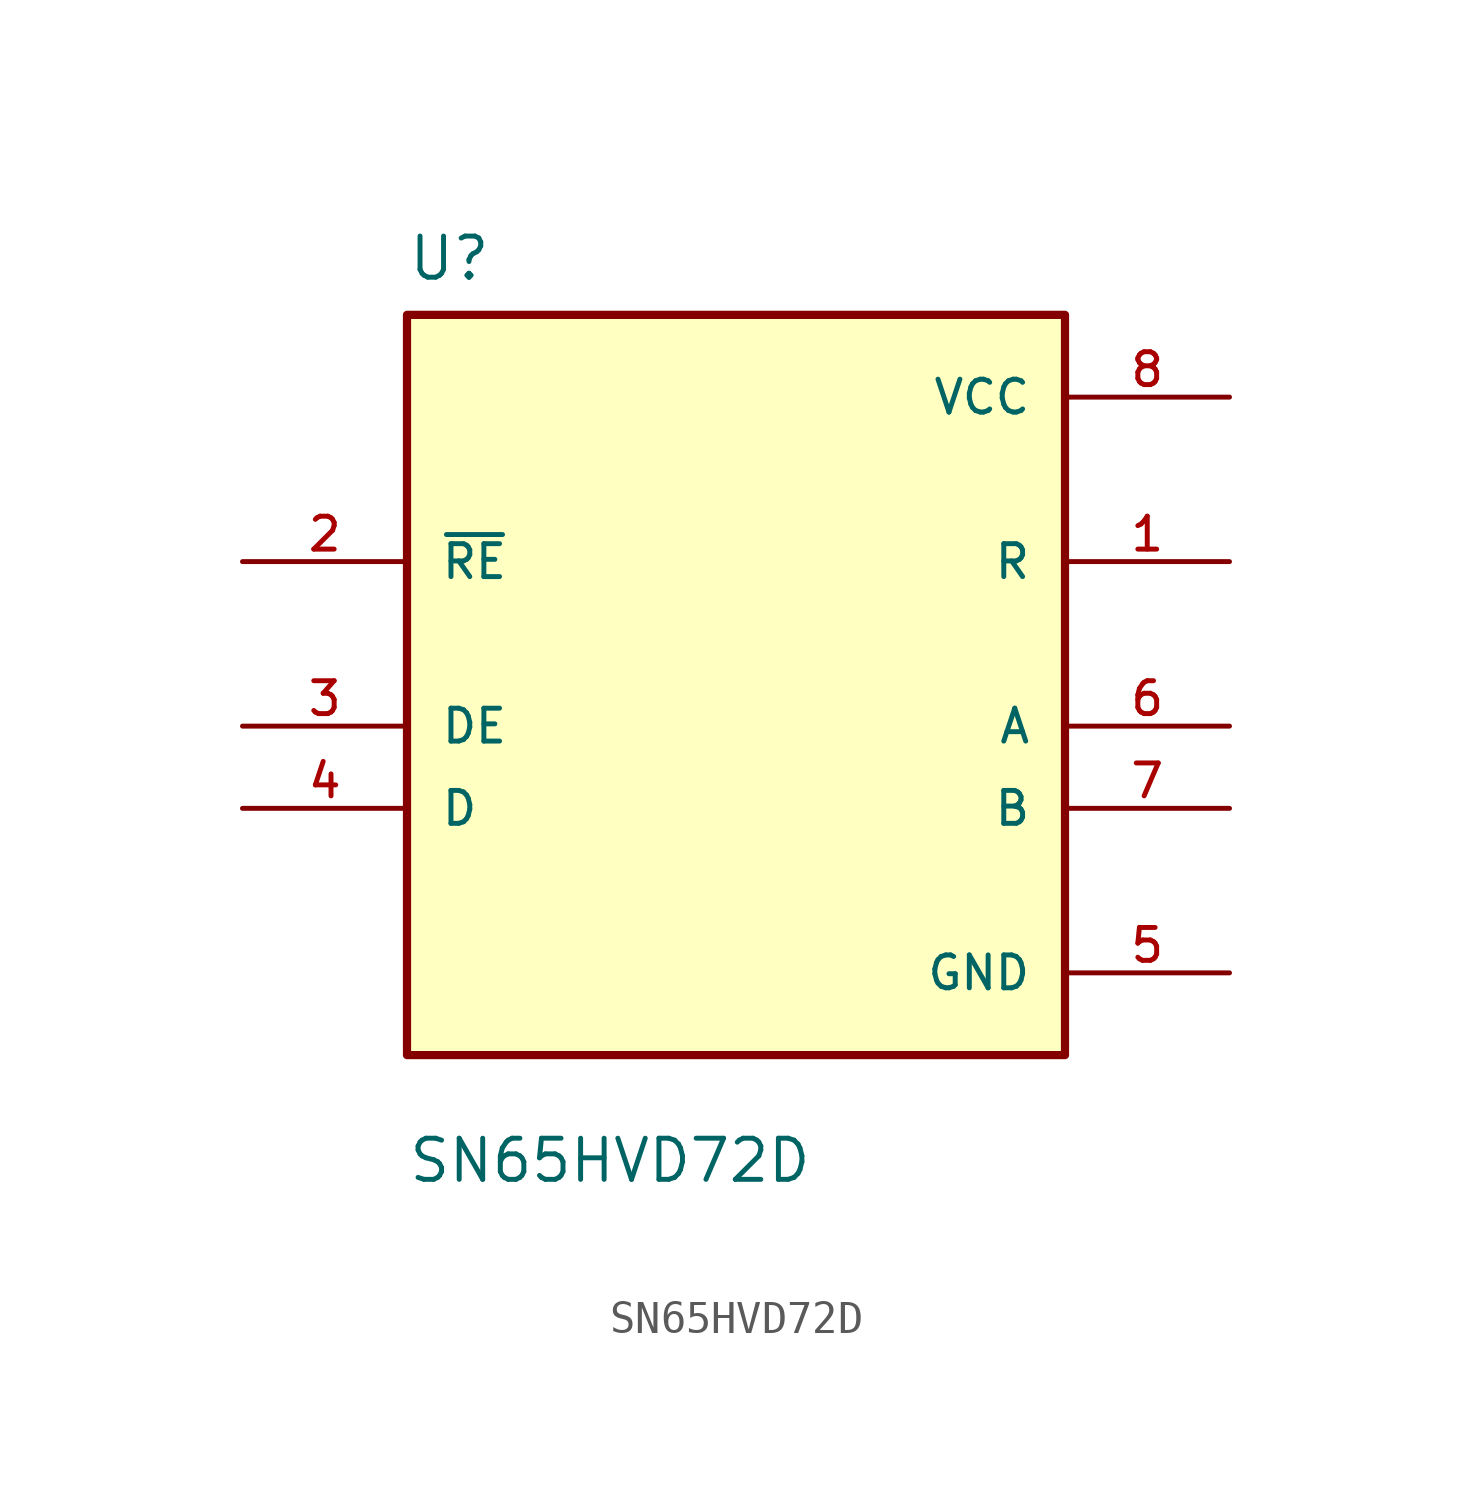
<source format=kicad_sym>
(kicad_symbol_lib
  (version 20211014)
  (generator kicad_symbol_editor)
  (symbol "SN65HVD72D"
    (pin_names
      (offset 1.016))
    (property "Reference" "U"
      (at -10.16 11.16 0.0)
      (effects (font (size 1.27 1.27)) (justify bottom left)))
    (property "Value" "SN65HVD72D"
      (at -10.16 -16.7 0.0)
      (effects (font (size 1.27 1.27)) (justify bottom left)))
    (symbol "SN65HVD72D_0_0"
      (rectangle (start -10.16 -12.7) (end 10.16 10.16) (stroke (width 0.254)) (fill (type background)))
      (pin bidirectional line (at 15.24 -5.08 180.0) (length 5.08) (name "B" (effects (font (size 1.016 1.016)))) (number "7" (effects (font (size 1.016 1.016)))))
      (pin input line (at -15.24 -5.08 0) (length 5.08) (name "D" (effects (font (size 1.016 1.016)))) (number "4" (effects (font (size 1.016 1.016)))))
      (pin input line (at -15.24 -2.54 0) (length 5.08) (name "DE" (effects (font (size 1.016 1.016)))) (number "3" (effects (font (size 1.016 1.016)))))
      (pin output line (at 15.24 2.54 180.0) (length 5.08) (name "R" (effects (font (size 1.016 1.016)))) (number "1" (effects (font (size 1.016 1.016)))))
      (pin input line (at -15.24 2.54 0) (length 5.08) (name "~{RE}" (effects (font (size 1.016 1.016)))) (number "2" (effects (font (size 1.016 1.016)))))
      (pin power_in line (at 15.24 7.62 180.0) (length 5.08) (name "VCC" (effects (font (size 1.016 1.016)))) (number "8" (effects (font (size 1.016 1.016)))))
      (pin power_in line (at 15.24 -10.16 180.0) (length 5.08) (name "GND" (effects (font (size 1.016 1.016)))) (number "5" (effects (font (size 1.016 1.016)))))
      (pin bidirectional line (at 15.24 -2.54 180.0) (length 5.08) (name "A" (effects (font (size 1.016 1.016)))) (number "6" (effects (font (size 1.016 1.016))))))))
</source>
